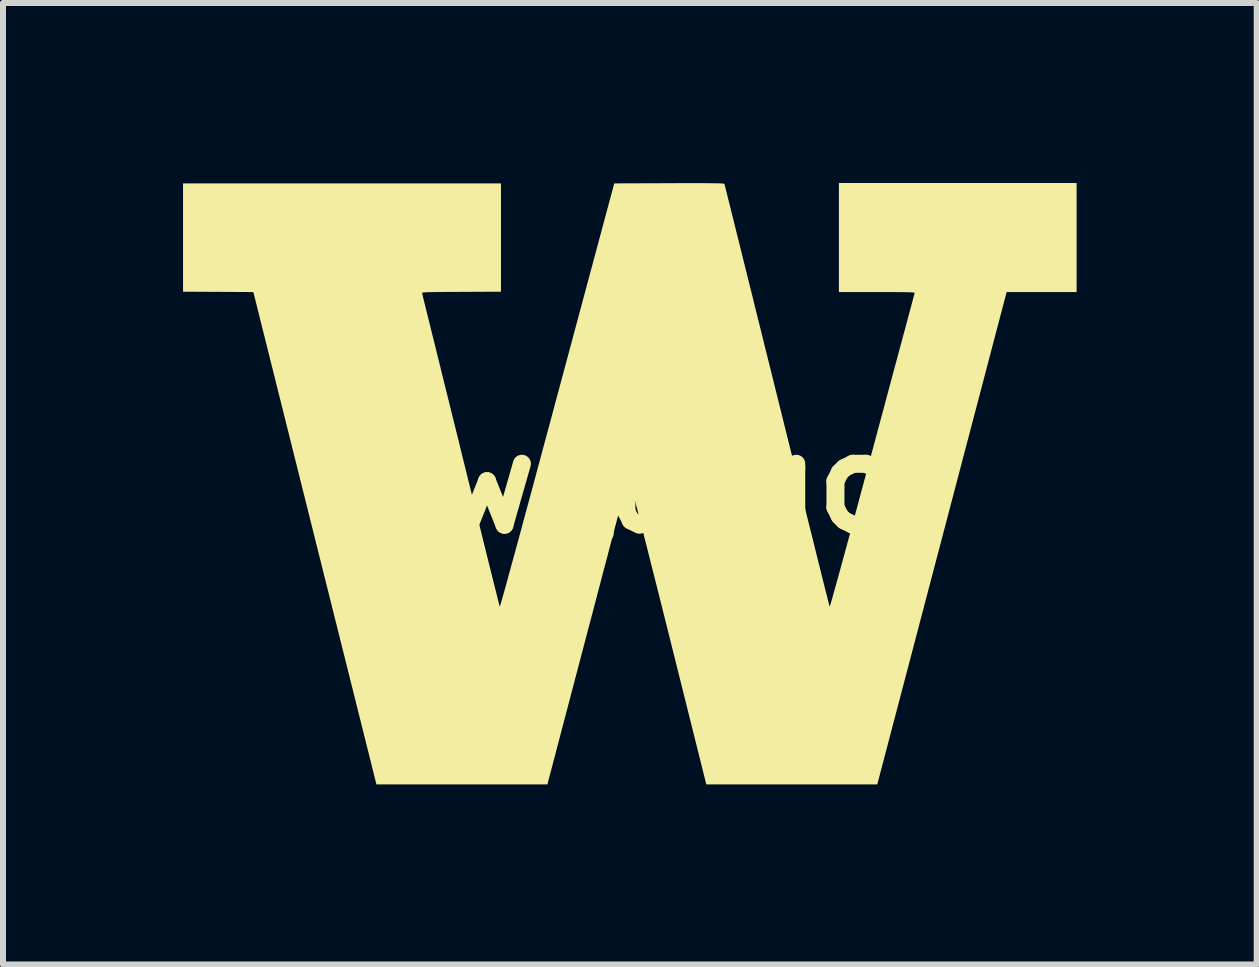
<source format=kicad_pcb>
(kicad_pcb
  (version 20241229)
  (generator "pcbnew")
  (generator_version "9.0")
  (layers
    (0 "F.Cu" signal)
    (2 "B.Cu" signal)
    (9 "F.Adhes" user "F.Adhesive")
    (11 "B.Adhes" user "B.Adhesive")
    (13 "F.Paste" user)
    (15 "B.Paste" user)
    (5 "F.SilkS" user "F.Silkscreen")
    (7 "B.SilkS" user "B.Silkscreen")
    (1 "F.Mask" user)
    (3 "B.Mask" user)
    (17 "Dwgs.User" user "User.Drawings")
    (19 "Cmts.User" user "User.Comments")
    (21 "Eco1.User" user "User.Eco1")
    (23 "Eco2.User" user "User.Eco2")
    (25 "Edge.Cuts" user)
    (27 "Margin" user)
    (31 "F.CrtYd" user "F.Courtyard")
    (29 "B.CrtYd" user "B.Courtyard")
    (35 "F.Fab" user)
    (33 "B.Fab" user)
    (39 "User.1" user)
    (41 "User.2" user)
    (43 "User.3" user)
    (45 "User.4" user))
  (footprint "uw_logo"
    (layer "F.Cu")
    (at 7.425 5.005)
    (property "Reference" "uw_logo" (at 0 0 0) (layer "F.SilkS") (effects (font (size 1.524 1.524) (thickness 0.3))))
    (attr board_only exclude_from_pos_files exclude_from_bom)
    (fp_poly (pts (xy 7.466 -3.188) (xy 6.883 -3.188) (xy 6.3 -3.188) (xy 5.222 0.914) (xy 4.144 5.017) (xy 1.295 5.017) (xy 0.651 2.438) (xy 0.591 2.198) (xy 0.532 1.964) (xy 0.475 1.737) (xy 0.42 1.519) (xy 0.367 1.31) (xy 0.317 1.111) (xy 0.269 0.923) (xy 0.225 0.747) (xy 0.184 0.585) (xy 0.146 0.437) (xy 0.112 0.304) (xy 0.082 0.187) (xy 0.056 0.088) (xy 0.034 0.006) (xy 0.018 -0.056) (xy 0.006 -0.097) (xy 0.000056 -0.118) (xy -0.001 -0.12) (xy -0.005 -0.107) (xy -0.014 -0.072) (xy -0.029 -0.017) (xy -0.048 0.058) (xy -0.073 0.152) (xy -0.103 0.263) (xy -0.136 0.391) (xy -0.174 0.534) (xy -0.216 0.692) (xy -0.261 0.863) (xy -0.309 1.046) (xy -0.36 1.242) (xy -0.415 1.447) (xy -0.471 1.662) (xy -0.53 1.885) (xy -0.59 2.116) (xy -0.653 2.353) (xy -0.681 2.459) (xy -1.353 5.017) (xy -4.202 5.017) (xy -5.228 0.914) (xy -6.253 -3.188) (xy -7.425 -3.194) (xy -7.425 -4.999) (xy -2.127 -4.999) (xy -2.127 -3.194) (xy -2.787 -3.191) (xy -2.929 -3.19) (xy -3.048 -3.19) (xy -3.148 -3.189) (xy -3.229 -3.188) (xy -3.294 -3.187) (xy -3.345 -3.186) (xy -3.383 -3.184) (xy -3.41 -3.182) (xy -3.427 -3.179) (xy -3.437 -3.176) (xy -3.441 -3.173) (xy -3.442 -3.169) (xy -3.441 -3.168) (xy -3.438 -3.154) (xy -3.429 -3.12) (xy -3.416 -3.064) (xy -3.397 -2.989) (xy -3.374 -2.895) (xy -3.346 -2.783) (xy -3.314 -2.655) (xy -3.279 -2.511) (xy -3.239 -2.352) (xy -3.197 -2.18) (xy -3.151 -1.996) (xy -3.103 -1.8) (xy -3.052 -1.593) (xy -2.998 -1.377) (xy -2.943 -1.152) (xy -2.885 -0.92) (xy -2.826 -0.682) (xy -2.796 -0.557) (xy -2.736 -0.315) (xy -2.678 -0.08) (xy -2.621 0.149) (xy -2.567 0.369) (xy -2.514 0.581) (xy -2.464 0.783) (xy -2.417 0.974) (xy -2.373 1.152) (xy -2.332 1.318) (xy -2.294 1.47) (xy -2.26 1.606) (xy -2.23 1.726) (xy -2.204 1.83) (xy -2.183 1.915) (xy -2.166 1.981) (xy -2.155 2.026) (xy -2.148 2.051) (xy -2.147 2.055) (xy -2.143 2.046) (xy -2.134 2.014) (xy -2.118 1.961) (xy -2.096 1.885) (xy -2.069 1.788) (xy -2.036 1.67) (xy -1.998 1.53) (xy -1.954 1.369) (xy -1.904 1.188) (xy -1.849 0.987) (xy -1.789 0.765) (xy -1.724 0.524) (xy -1.653 0.263) (xy -1.577 -0.018) (xy -1.497 -0.317) (xy -1.411 -0.636) (xy -1.32 -0.972) (xy -1.225 -1.328) (xy -1.189 -1.461) (xy -0.239 -4.999) (xy 0.676 -5.002) (xy 0.851 -5.003) (xy 1.003 -5.003) (xy 1.135 -5.003) (xy 1.247 -5.003) (xy 1.34 -5.002) (xy 1.417 -5.001) (xy 1.479 -5) (xy 1.526 -4.999) (xy 1.56 -4.997) (xy 1.582 -4.995) (xy 1.594 -4.992) (xy 1.597 -4.99) (xy 1.6 -4.978) (xy 1.609 -4.944) (xy 1.623 -4.888) (xy 1.642 -4.813) (xy 1.665 -4.718) (xy 1.694 -4.605) (xy 1.726 -4.474) (xy 1.763 -4.327) (xy 1.803 -4.164) (xy 1.848 -3.986) (xy 1.895 -3.794) (xy 1.946 -3.589) (xy 2 -3.372) (xy 2.057 -3.143) (xy 2.116 -2.904) (xy 2.178 -2.655) (xy 2.242 -2.397) (xy 2.308 -2.131) (xy 2.376 -1.858) (xy 2.445 -1.579) (xy 2.472 -1.471) (xy 2.542 -1.19) (xy 2.61 -0.915) (xy 2.677 -0.646) (xy 2.742 -0.385) (xy 2.804 -0.132) (xy 2.865 0.111) (xy 2.923 0.345) (xy 2.978 0.567) (xy 3.03 0.777) (xy 3.08 0.974) (xy 3.125 1.158) (xy 3.167 1.327) (xy 3.206 1.481) (xy 3.24 1.619) (xy 3.27 1.739) (xy 3.296 1.841) (xy 3.317 1.925) (xy 3.333 1.988) (xy 3.344 2.031) (xy 3.349 2.052) (xy 3.35 2.055) (xy 3.354 2.046) (xy 3.364 2.015) (xy 3.38 1.962) (xy 3.401 1.887) (xy 3.428 1.791) (xy 3.461 1.674) (xy 3.499 1.536) (xy 3.542 1.378) (xy 3.591 1.2) (xy 3.645 1.002) (xy 3.704 0.784) (xy 3.768 0.548) (xy 3.836 0.293) (xy 3.91 0.019) (xy 3.988 -0.272) (xy 4.061 -0.542) (xy 4.126 -0.783) (xy 4.189 -1.02) (xy 4.251 -1.249) (xy 4.31 -1.47) (xy 4.367 -1.682) (xy 4.421 -1.885) (xy 4.473 -2.076) (xy 4.521 -2.256) (xy 4.566 -2.422) (xy 4.607 -2.575) (xy 4.644 -2.712) (xy 4.676 -2.834) (xy 4.705 -2.939) (xy 4.728 -3.025) (xy 4.746 -3.093) (xy 4.759 -3.141) (xy 4.766 -3.168) (xy 4.768 -3.174) (xy 4.765 -3.177) (xy 4.751 -3.18) (xy 4.726 -3.182) (xy 4.688 -3.184) (xy 4.636 -3.185) (xy 4.567 -3.187) (xy 4.48 -3.187) (xy 4.375 -3.188) (xy 4.248 -3.188) (xy 4.139 -3.188) (xy 3.505 -3.188) (xy 3.505 -5.005) (xy 7.466 -5.005)) (stroke (width 0) (type solid)) (fill yes) (layer "F.SilkS")))
  (gr_rect
    (start -3 -3)
    (end 17.892 13.022)
    (stroke (width 0.1) (type default))
    (fill no)
    (layer "Edge.Cuts")))
</source>
